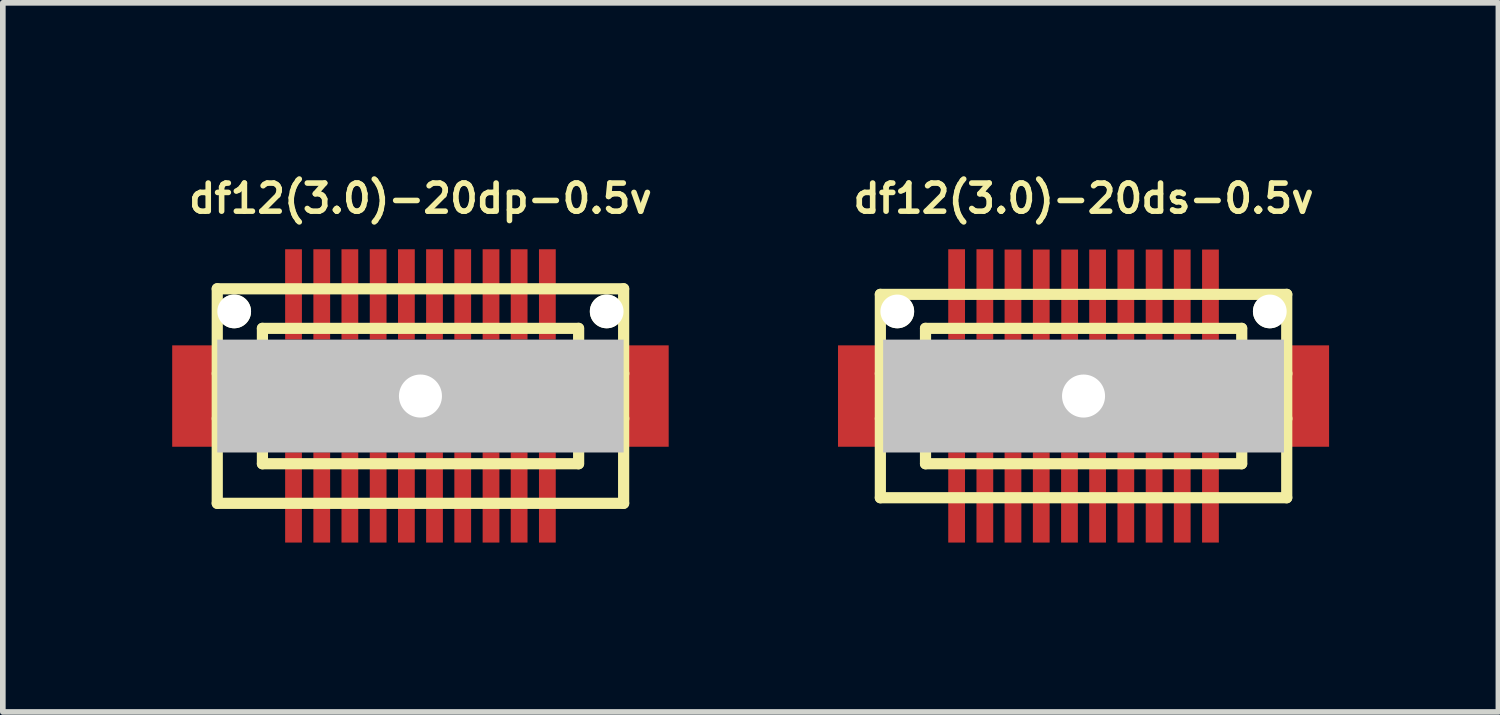
<source format=kicad_pcb>
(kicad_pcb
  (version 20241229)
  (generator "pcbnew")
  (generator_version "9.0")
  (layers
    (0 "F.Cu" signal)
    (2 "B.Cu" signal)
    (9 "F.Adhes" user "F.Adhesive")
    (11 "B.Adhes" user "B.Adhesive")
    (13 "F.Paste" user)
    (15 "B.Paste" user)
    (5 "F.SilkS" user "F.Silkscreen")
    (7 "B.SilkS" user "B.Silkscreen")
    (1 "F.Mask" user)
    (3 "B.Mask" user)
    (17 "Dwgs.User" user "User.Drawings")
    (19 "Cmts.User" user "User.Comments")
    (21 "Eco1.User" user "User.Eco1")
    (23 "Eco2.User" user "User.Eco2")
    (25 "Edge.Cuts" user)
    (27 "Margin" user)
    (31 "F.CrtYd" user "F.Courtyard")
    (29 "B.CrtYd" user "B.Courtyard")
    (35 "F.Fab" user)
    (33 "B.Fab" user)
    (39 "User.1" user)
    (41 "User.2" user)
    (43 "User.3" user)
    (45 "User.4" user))
  (footprint "df12(3.0)-20ds-0.5v"
    (layer "F.Cu")
    (at 16.142 3.965)
    (property "Reference" "df12(3.0)-20ds-0.5v" (at 0 -3.5 0) (layer "F.SilkS") (effects (font (size 0.498 0.498) (thickness 0.099))))
    (attr through_hole)
    (fp_line (start -3.599 1.801) (end -3.599 -1.801) (stroke (width 0.198) (type solid)) (layer "F.SilkS"))
    (fp_line (start -3.599 1.801) (end 3.599 1.801) (stroke (width 0.198) (type solid)) (layer "F.SilkS"))
    (fp_line (start -2.799 -1.199) (end 2.799 -1.199) (stroke (width 0.198) (type solid)) (layer "F.SilkS"))
    (fp_line (start -2.799 -0.399) (end -3.599 -0.399) (stroke (width 0.198) (type solid)) (layer "F.SilkS"))
    (fp_line (start -2.799 0.399) (end -3.599 0.399) (stroke (width 0.198) (type solid)) (layer "F.SilkS"))
    (fp_line (start -2.799 0.701) (end 2.799 0.701) (stroke (width 0.198) (type solid)) (layer "F.SilkS"))
    (fp_line (start -2.799 1.199) (end -2.799 -1.199) (stroke (width 0.198) (type solid)) (layer "F.SilkS"))
    (fp_line (start 2.799 -0.701) (end -2.799 -0.701) (stroke (width 0.198) (type solid)) (layer "F.SilkS"))
    (fp_line (start 2.799 1.199) (end -2.799 1.199) (stroke (width 0.198) (type solid)) (layer "F.SilkS"))
    (fp_line (start 2.802 -1.199) (end 2.802 1.199) (stroke (width 0.198) (type solid)) (layer "F.SilkS"))
    (fp_line (start 2.802 -0.399) (end 3.602 -0.399) (stroke (width 0.198) (type solid)) (layer "F.SilkS"))
    (fp_line (start 3.599 -1.801) (end -3.599 -1.801) (stroke (width 0.198) (type solid)) (layer "F.SilkS"))
    (fp_line (start 3.599 -1.801) (end 3.599 1.801) (stroke (width 0.198) (type solid)) (layer "F.SilkS"))
    (fp_line (start 3.602 0.399) (end 2.802 0.399) (stroke (width 0.198) (type solid)) (layer "F.SilkS"))
    (pad "" smd rect (at -3.95 0) (size 0.798 1.796) (layers "F.Cu" "F.Mask" "F.Paste"))
    (pad "" np_thru_hole circle (at -3.299 -1.499) (size 0.597 0.597) (drill 0.597) (layers "*.Cu" "*.Mask" "F.SilkS"))
    (pad "" np_thru_hole rect (at 0 0) (size 7.099 1.999) (drill 0.762) (layers "Dwgs.User"))
    (pad "" np_thru_hole circle (at 3.299 -1.499) (size 0.597 0.597) (drill 0.597) (layers "*.Cu" "*.Mask" "F.SilkS"))
    (pad "" smd rect (at 3.95 0) (size 0.798 1.796) (layers "F.Cu" "F.Mask" "F.Paste"))
    (pad "1" smd rect (at -2.248 1.796) (size 0.297 1.598) (layers "F.Cu" "F.Mask" "F.Paste"))
    (pad "2" smd rect (at -1.748 1.796) (size 0.297 1.598) (layers "F.Cu" "F.Mask" "F.Paste"))
    (pad "3" smd rect (at -1.25 1.796) (size 0.297 1.598) (layers "F.Cu" "F.Mask" "F.Paste"))
    (pad "4" smd rect (at -0.749 1.796) (size 0.297 1.598) (layers "F.Cu" "F.Mask" "F.Paste"))
    (pad "5" smd rect (at -0.249 1.796) (size 0.297 1.598) (layers "F.Cu" "F.Mask" "F.Paste"))
    (pad "6" smd rect (at 0.249 1.796) (size 0.297 1.598) (layers "F.Cu" "F.Mask" "F.Paste"))
    (pad "7" smd rect (at 0.749 1.796) (size 0.297 1.598) (layers "F.Cu" "F.Mask" "F.Paste"))
    (pad "8" smd rect (at 1.25 1.796) (size 0.297 1.598) (layers "F.Cu" "F.Mask" "F.Paste"))
    (pad "9" smd rect (at 1.748 1.796) (size 0.297 1.598) (layers "F.Cu" "F.Mask" "F.Paste"))
    (pad "10" smd rect (at 2.248 1.796) (size 0.297 1.598) (layers "F.Cu" "F.Mask" "F.Paste"))
    (pad "11" smd rect (at 2.248 -1.796) (size 0.297 1.598) (layers "F.Cu" "F.Mask" "F.Paste"))
    (pad "12" smd rect (at 1.748 -1.796) (size 0.297 1.598) (layers "F.Cu" "F.Mask" "F.Paste"))
    (pad "13" smd rect (at 1.25 -1.796) (size 0.297 1.598) (layers "F.Cu" "F.Mask" "F.Paste"))
    (pad "14" smd rect (at 0.749 -1.796) (size 0.297 1.598) (layers "F.Cu" "F.Mask" "F.Paste"))
    (pad "15" smd rect (at 0.249 -1.796) (size 0.297 1.598) (layers "F.Cu" "F.Mask" "F.Paste"))
    (pad "16" smd rect (at -0.246 -1.796) (size 0.297 1.598) (layers "F.Cu" "F.Mask" "F.Paste"))
    (pad "17" smd rect (at -0.749 -1.796) (size 0.297 1.598) (layers "F.Cu" "F.Mask" "F.Paste"))
    (pad "18" smd rect (at -1.25 -1.796) (size 0.297 1.598) (layers "F.Cu" "F.Mask" "F.Paste"))
    (pad "19" smd rect (at -1.748 -1.801) (size 0.297 1.598) (layers "F.Cu" "F.Mask" "F.Paste"))
    (pad "20" smd rect (at -2.248 -1.801) (size 0.297 1.598) (layers "F.Cu" "F.Mask" "F.Paste")))
  (footprint "df12(3.0)-20dp-0.5v"
    (layer "F.Cu")
    (at 4.397 3.965)
    (property "Reference" "df12(3.0)-20dp-0.5v" (at 0 -3.5 0) (layer "F.SilkS") (effects (font (size 0.498 0.498) (thickness 0.099))))
    (attr through_hole)
    (fp_line (start -3.599 -1.9) (end -3.599 1.9) (stroke (width 0.198) (type solid)) (layer "F.SilkS"))
    (fp_line (start -3.599 -1.9) (end 3.599 -1.9) (stroke (width 0.198) (type solid)) (layer "F.SilkS"))
    (fp_line (start -2.799 -0.399) (end -3.599 -0.399) (stroke (width 0.198) (type solid)) (layer "F.SilkS"))
    (fp_line (start -2.799 0.399) (end -3.599 0.399) (stroke (width 0.198) (type solid)) (layer "F.SilkS"))
    (fp_line (start -2.799 1.199) (end -2.799 -1.199) (stroke (width 0.198) (type solid)) (layer "F.SilkS"))
    (fp_line (start -2.799 1.199) (end 2.799 1.199) (stroke (width 0.198) (type solid)) (layer "F.SilkS"))
    (fp_line (start 2.799 -1.199) (end -2.799 -1.199) (stroke (width 0.198) (type solid)) (layer "F.SilkS"))
    (fp_line (start 2.802 -1.199) (end 2.802 1.199) (stroke (width 0.198) (type solid)) (layer "F.SilkS"))
    (fp_line (start 2.802 -0.399) (end 3.602 -0.399) (stroke (width 0.198) (type solid)) (layer "F.SilkS"))
    (fp_line (start 3.599 1.9) (end -3.599 1.9) (stroke (width 0.198) (type solid)) (layer "F.SilkS"))
    (fp_line (start 3.599 1.9) (end 3.599 -1.9) (stroke (width 0.198) (type solid)) (layer "F.SilkS"))
    (fp_line (start 3.602 0.399) (end 2.802 0.399) (stroke (width 0.198) (type solid)) (layer "F.SilkS"))
    (pad "" smd rect (at -3.998 0) (size 0.798 1.796) (layers "F.Cu" "F.Mask" "F.Paste"))
    (pad "" np_thru_hole circle (at -3.299 -1.499) (size 0.597 0.597) (drill 0.597) (layers "*.Cu" "*.Mask" "F.SilkS"))
    (pad "" np_thru_hole rect (at 0 0) (size 7.198 1.999) (drill 0.762) (layers "Dwgs.User"))
    (pad "" np_thru_hole circle (at 3.299 -1.499) (size 0.597 0.597) (drill 0.597) (layers "*.Cu" "*.Mask" "F.SilkS"))
    (pad "" smd rect (at 3.998 0) (size 0.798 1.796) (layers "F.Cu" "F.Mask" "F.Paste"))
    (pad "1" smd rect (at 2.248 1.796) (size 0.297 1.598) (layers "F.Cu" "F.Mask" "F.Paste"))
    (pad "2" smd rect (at 1.748 1.796) (size 0.297 1.598) (layers "F.Cu" "F.Mask" "F.Paste"))
    (pad "3" smd rect (at 1.25 1.796) (size 0.297 1.598) (layers "F.Cu" "F.Mask" "F.Paste"))
    (pad "4" smd rect (at 0.749 1.796) (size 0.297 1.598) (layers "F.Cu" "F.Mask" "F.Paste"))
    (pad "5" smd rect (at 0.249 1.796) (size 0.297 1.598) (layers "F.Cu" "F.Mask" "F.Paste"))
    (pad "6" smd rect (at -0.249 1.796) (size 0.297 1.598) (layers "F.Cu" "F.Mask" "F.Paste"))
    (pad "7" smd rect (at -0.749 1.796) (size 0.297 1.598) (layers "F.Cu" "F.Mask" "F.Paste"))
    (pad "8" smd rect (at -1.25 1.796) (size 0.297 1.598) (layers "F.Cu" "F.Mask" "F.Paste"))
    (pad "9" smd rect (at -1.748 1.796) (size 0.297 1.598) (layers "F.Cu" "F.Mask" "F.Paste"))
    (pad "10" smd rect (at -2.248 1.796) (size 0.297 1.598) (layers "F.Cu" "F.Mask" "F.Paste"))
    (pad "11" smd rect (at -2.248 -1.801) (size 0.297 1.598) (layers "F.Cu" "F.Mask" "F.Paste"))
    (pad "12" smd rect (at -1.748 -1.801) (size 0.297 1.598) (layers "F.Cu" "F.Mask" "F.Paste"))
    (pad "13" smd rect (at -1.25 -1.801) (size 0.297 1.598) (layers "F.Cu" "F.Mask" "F.Paste"))
    (pad "14" smd rect (at -0.749 -1.801) (size 0.297 1.598) (layers "F.Cu" "F.Mask" "F.Paste"))
    (pad "15" smd rect (at -0.249 -1.801) (size 0.297 1.598) (layers "F.Cu" "F.Mask" "F.Paste"))
    (pad "16" smd rect (at 0.249 -1.801) (size 0.297 1.598) (layers "F.Cu" "F.Mask" "F.Paste"))
    (pad "17" smd rect (at 0.749 -1.801) (size 0.297 1.598) (layers "F.Cu" "F.Mask" "F.Paste"))
    (pad "18" smd rect (at 1.25 -1.801) (size 0.297 1.598) (layers "F.Cu" "F.Mask" "F.Paste"))
    (pad "19" smd rect (at 1.748 -1.801) (size 0.297 1.598) (layers "F.Cu" "F.Mask" "F.Paste"))
    (pad "20" smd rect (at 2.248 -1.801) (size 0.297 1.598) (layers "F.Cu" "F.Mask" "F.Paste")))
  (gr_rect
    (start -3 -3)
    (end 23.49 9.56)
    (stroke (width 0.1) (type default))
    (fill no)
    (layer "Edge.Cuts")))
</source>
